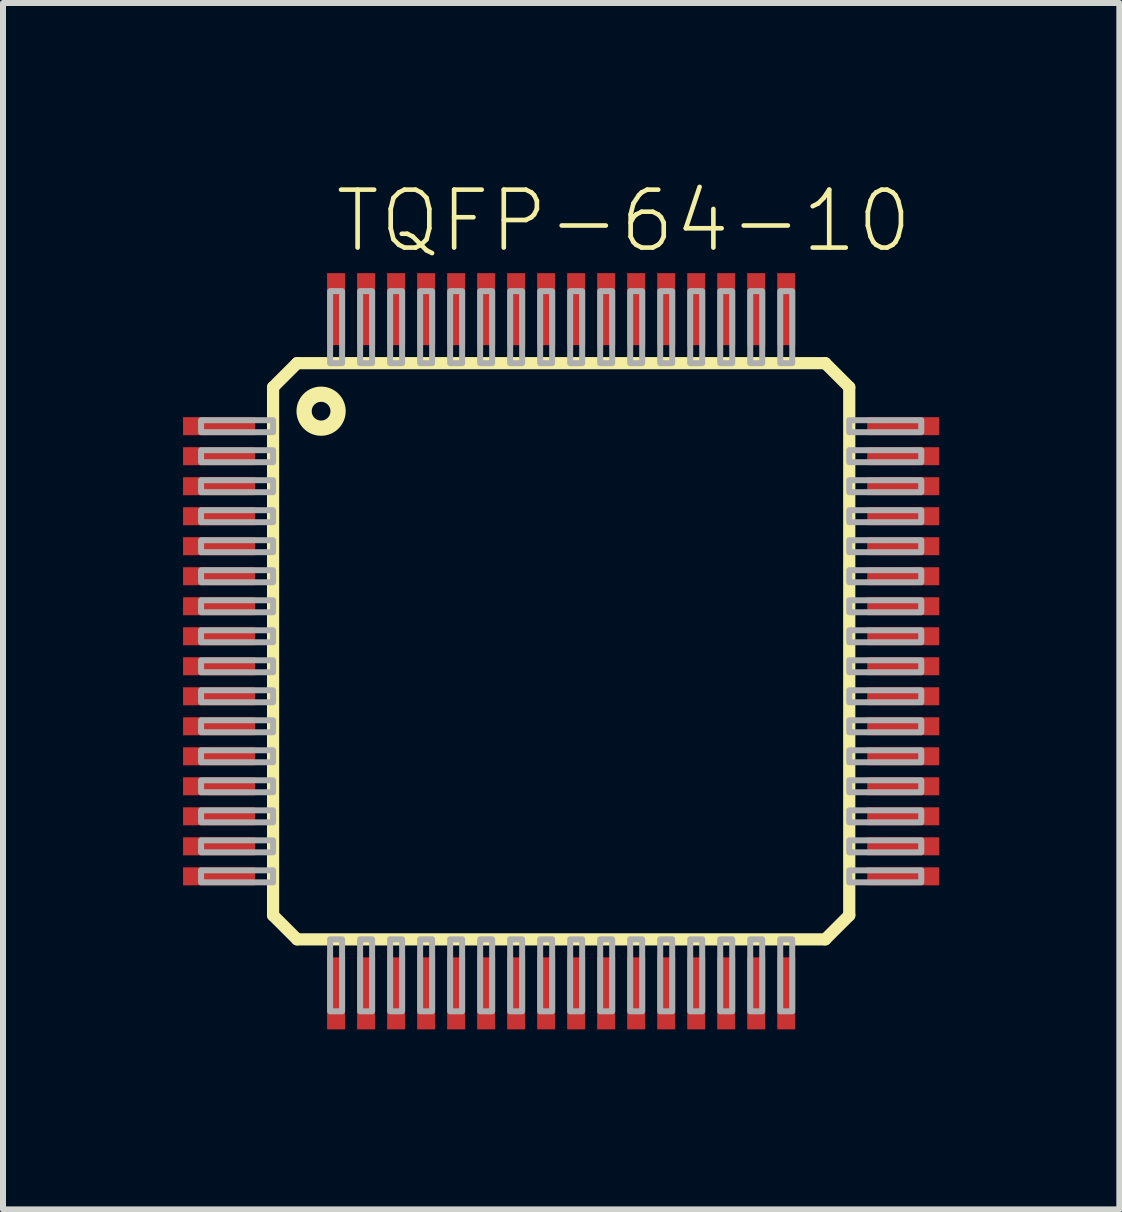
<source format=kicad_pcb>
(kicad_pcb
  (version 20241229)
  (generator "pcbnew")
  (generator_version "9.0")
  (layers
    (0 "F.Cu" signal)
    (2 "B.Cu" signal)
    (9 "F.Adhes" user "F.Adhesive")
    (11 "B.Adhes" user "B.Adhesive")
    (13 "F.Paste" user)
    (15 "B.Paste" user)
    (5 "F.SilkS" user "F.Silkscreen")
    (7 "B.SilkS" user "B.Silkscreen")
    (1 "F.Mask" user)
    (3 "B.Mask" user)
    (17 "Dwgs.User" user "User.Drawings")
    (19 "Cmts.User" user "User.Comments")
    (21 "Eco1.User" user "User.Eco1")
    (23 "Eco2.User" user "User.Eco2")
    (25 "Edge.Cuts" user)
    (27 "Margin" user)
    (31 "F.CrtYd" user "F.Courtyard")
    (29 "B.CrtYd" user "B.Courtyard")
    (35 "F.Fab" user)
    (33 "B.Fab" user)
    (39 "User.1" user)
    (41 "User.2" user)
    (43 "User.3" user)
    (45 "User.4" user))
  (footprint "TQFP-64-10"
    (layer "F.Cu")
    (at 6.3 7.801)
    (property "Reference" "TQFP-64-10" (at -3.81 -6.604 0) (layer "F.SilkS") (effects (font (size 0.965 0.965) (thickness 0.077)) (justify left bottom)))
    (attr through_hole)
    (fp_line (start -4.8 -4.4) (end -4.4 -4.8) (stroke (width 0.203) (type solid)) (layer "F.SilkS"))
    (fp_line (start -4.8 4.4) (end -4.8 -4.4) (stroke (width 0.203) (type solid)) (layer "F.SilkS"))
    (fp_line (start -4.4 -4.8) (end 4.4 -4.8) (stroke (width 0.203) (type solid)) (layer "F.SilkS"))
    (fp_line (start -4.4 4.8) (end -4.8 4.4) (stroke (width 0.203) (type solid)) (layer "F.SilkS"))
    (fp_line (start 4.4 -4.8) (end 4.8 -4.4) (stroke (width 0.203) (type solid)) (layer "F.SilkS"))
    (fp_line (start 4.4 4.8) (end -4.4 4.8) (stroke (width 0.203) (type solid)) (layer "F.SilkS"))
    (fp_line (start 4.8 -4.4) (end 4.8 4.4) (stroke (width 0.203) (type solid)) (layer "F.SilkS"))
    (fp_line (start 4.8 4.4) (end 4.4 4.8) (stroke (width 0.203) (type solid)) (layer "F.SilkS"))
    (fp_circle (center -4 -4) (end -3.717 -4) (stroke (width 0.254) (type solid)) (fill no) (layer "F.SilkS"))
    (fp_poly (pts (xy -6 -3.65) (xy -4.8 -3.65) (xy -4.8 -3.85) (xy -6 -3.85)) (stroke (width 0.1) (type solid)) (fill no) (layer "F.Fab"))
    (fp_poly (pts (xy -6 -3.15) (xy -4.8 -3.15) (xy -4.8 -3.35) (xy -6 -3.35)) (stroke (width 0.1) (type solid)) (fill no) (layer "F.Fab"))
    (fp_poly (pts (xy -6 -2.65) (xy -4.8 -2.65) (xy -4.8 -2.85) (xy -6 -2.85)) (stroke (width 0.1) (type solid)) (fill no) (layer "F.Fab"))
    (fp_poly (pts (xy -6 -2.15) (xy -4.8 -2.15) (xy -4.8 -2.35) (xy -6 -2.35)) (stroke (width 0.1) (type solid)) (fill no) (layer "F.Fab"))
    (fp_poly (pts (xy -6 -1.65) (xy -4.8 -1.65) (xy -4.8 -1.85) (xy -6 -1.85)) (stroke (width 0.1) (type solid)) (fill no) (layer "F.Fab"))
    (fp_poly (pts (xy -6 -1.15) (xy -4.8 -1.15) (xy -4.8 -1.35) (xy -6 -1.35)) (stroke (width 0.1) (type solid)) (fill no) (layer "F.Fab"))
    (fp_poly (pts (xy -6 -0.65) (xy -4.8 -0.65) (xy -4.8 -0.85) (xy -6 -0.85)) (stroke (width 0.1) (type solid)) (fill no) (layer "F.Fab"))
    (fp_poly (pts (xy -6 -0.15) (xy -4.8 -0.15) (xy -4.8 -0.35) (xy -6 -0.35)) (stroke (width 0.1) (type solid)) (fill no) (layer "F.Fab"))
    (fp_poly (pts (xy -6 0.35) (xy -4.8 0.35) (xy -4.8 0.15) (xy -6 0.15)) (stroke (width 0.1) (type solid)) (fill no) (layer "F.Fab"))
    (fp_poly (pts (xy -6 0.85) (xy -4.8 0.85) (xy -4.8 0.65) (xy -6 0.65)) (stroke (width 0.1) (type solid)) (fill no) (layer "F.Fab"))
    (fp_poly (pts (xy -6 1.35) (xy -4.8 1.35) (xy -4.8 1.15) (xy -6 1.15)) (stroke (width 0.1) (type solid)) (fill no) (layer "F.Fab"))
    (fp_poly (pts (xy -6 1.85) (xy -4.8 1.85) (xy -4.8 1.65) (xy -6 1.65)) (stroke (width 0.1) (type solid)) (fill no) (layer "F.Fab"))
    (fp_poly (pts (xy -6 2.35) (xy -4.8 2.35) (xy -4.8 2.15) (xy -6 2.15)) (stroke (width 0.1) (type solid)) (fill no) (layer "F.Fab"))
    (fp_poly (pts (xy -6 2.85) (xy -4.8 2.85) (xy -4.8 2.65) (xy -6 2.65)) (stroke (width 0.1) (type solid)) (fill no) (layer "F.Fab"))
    (fp_poly (pts (xy -6 3.35) (xy -4.8 3.35) (xy -4.8 3.15) (xy -6 3.15)) (stroke (width 0.1) (type solid)) (fill no) (layer "F.Fab"))
    (fp_poly (pts (xy -6 3.85) (xy -4.8 3.85) (xy -4.8 3.65) (xy -6 3.65)) (stroke (width 0.1) (type solid)) (fill no) (layer "F.Fab"))
    (fp_poly (pts (xy -3.85 -4.8) (xy -3.65 -4.8) (xy -3.65 -6) (xy -3.85 -6)) (stroke (width 0.1) (type solid)) (fill no) (layer "F.Fab"))
    (fp_poly (pts (xy -3.85 6) (xy -3.65 6) (xy -3.65 4.8) (xy -3.85 4.8)) (stroke (width 0.1) (type solid)) (fill no) (layer "F.Fab"))
    (fp_poly (pts (xy -3.35 -4.8) (xy -3.15 -4.8) (xy -3.15 -6) (xy -3.35 -6)) (stroke (width 0.1) (type solid)) (fill no) (layer "F.Fab"))
    (fp_poly (pts (xy -3.35 6) (xy -3.15 6) (xy -3.15 4.8) (xy -3.35 4.8)) (stroke (width 0.1) (type solid)) (fill no) (layer "F.Fab"))
    (fp_poly (pts (xy -2.85 -4.8) (xy -2.65 -4.8) (xy -2.65 -6) (xy -2.85 -6)) (stroke (width 0.1) (type solid)) (fill no) (layer "F.Fab"))
    (fp_poly (pts (xy -2.85 6) (xy -2.65 6) (xy -2.65 4.8) (xy -2.85 4.8)) (stroke (width 0.1) (type solid)) (fill no) (layer "F.Fab"))
    (fp_poly (pts (xy -2.35 -4.8) (xy -2.15 -4.8) (xy -2.15 -6) (xy -2.35 -6)) (stroke (width 0.1) (type solid)) (fill no) (layer "F.Fab"))
    (fp_poly (pts (xy -2.35 6) (xy -2.15 6) (xy -2.15 4.8) (xy -2.35 4.8)) (stroke (width 0.1) (type solid)) (fill no) (layer "F.Fab"))
    (fp_poly (pts (xy -1.85 -4.8) (xy -1.65 -4.8) (xy -1.65 -6) (xy -1.85 -6)) (stroke (width 0.1) (type solid)) (fill no) (layer "F.Fab"))
    (fp_poly (pts (xy -1.85 6) (xy -1.65 6) (xy -1.65 4.8) (xy -1.85 4.8)) (stroke (width 0.1) (type solid)) (fill no) (layer "F.Fab"))
    (fp_poly (pts (xy -1.35 -4.8) (xy -1.15 -4.8) (xy -1.15 -6) (xy -1.35 -6)) (stroke (width 0.1) (type solid)) (fill no) (layer "F.Fab"))
    (fp_poly (pts (xy -1.35 6) (xy -1.15 6) (xy -1.15 4.8) (xy -1.35 4.8)) (stroke (width 0.1) (type solid)) (fill no) (layer "F.Fab"))
    (fp_poly (pts (xy -0.85 -4.8) (xy -0.65 -4.8) (xy -0.65 -6) (xy -0.85 -6)) (stroke (width 0.1) (type solid)) (fill no) (layer "F.Fab"))
    (fp_poly (pts (xy -0.85 6) (xy -0.65 6) (xy -0.65 4.8) (xy -0.85 4.8)) (stroke (width 0.1) (type solid)) (fill no) (layer "F.Fab"))
    (fp_poly (pts (xy -0.35 -4.8) (xy -0.15 -4.8) (xy -0.15 -6) (xy -0.35 -6)) (stroke (width 0.1) (type solid)) (fill no) (layer "F.Fab"))
    (fp_poly (pts (xy -0.35 6) (xy -0.15 6) (xy -0.15 4.8) (xy -0.35 4.8)) (stroke (width 0.1) (type solid)) (fill no) (layer "F.Fab"))
    (fp_poly (pts (xy 0.15 -4.8) (xy 0.35 -4.8) (xy 0.35 -6) (xy 0.15 -6)) (stroke (width 0.1) (type solid)) (fill no) (layer "F.Fab"))
    (fp_poly (pts (xy 0.15 6) (xy 0.35 6) (xy 0.35 4.8) (xy 0.15 4.8)) (stroke (width 0.1) (type solid)) (fill no) (layer "F.Fab"))
    (fp_poly (pts (xy 0.65 -4.8) (xy 0.85 -4.8) (xy 0.85 -6) (xy 0.65 -6)) (stroke (width 0.1) (type solid)) (fill no) (layer "F.Fab"))
    (fp_poly (pts (xy 0.65 6) (xy 0.85 6) (xy 0.85 4.8) (xy 0.65 4.8)) (stroke (width 0.1) (type solid)) (fill no) (layer "F.Fab"))
    (fp_poly (pts (xy 1.15 -4.8) (xy 1.35 -4.8) (xy 1.35 -6) (xy 1.15 -6)) (stroke (width 0.1) (type solid)) (fill no) (layer "F.Fab"))
    (fp_poly (pts (xy 1.15 6) (xy 1.35 6) (xy 1.35 4.8) (xy 1.15 4.8)) (stroke (width 0.1) (type solid)) (fill no) (layer "F.Fab"))
    (fp_poly (pts (xy 1.65 -4.8) (xy 1.85 -4.8) (xy 1.85 -6) (xy 1.65 -6)) (stroke (width 0.1) (type solid)) (fill no) (layer "F.Fab"))
    (fp_poly (pts (xy 1.65 6) (xy 1.85 6) (xy 1.85 4.8) (xy 1.65 4.8)) (stroke (width 0.1) (type solid)) (fill no) (layer "F.Fab"))
    (fp_poly (pts (xy 2.15 -4.8) (xy 2.35 -4.8) (xy 2.35 -6) (xy 2.15 -6)) (stroke (width 0.1) (type solid)) (fill no) (layer "F.Fab"))
    (fp_poly (pts (xy 2.15 6) (xy 2.35 6) (xy 2.35 4.8) (xy 2.15 4.8)) (stroke (width 0.1) (type solid)) (fill no) (layer "F.Fab"))
    (fp_poly (pts (xy 2.65 -4.8) (xy 2.85 -4.8) (xy 2.85 -6) (xy 2.65 -6)) (stroke (width 0.1) (type solid)) (fill no) (layer "F.Fab"))
    (fp_poly (pts (xy 2.65 6) (xy 2.85 6) (xy 2.85 4.8) (xy 2.65 4.8)) (stroke (width 0.1) (type solid)) (fill no) (layer "F.Fab"))
    (fp_poly (pts (xy 3.15 -4.8) (xy 3.35 -4.8) (xy 3.35 -6) (xy 3.15 -6)) (stroke (width 0.1) (type solid)) (fill no) (layer "F.Fab"))
    (fp_poly (pts (xy 3.15 6) (xy 3.35 6) (xy 3.35 4.8) (xy 3.15 4.8)) (stroke (width 0.1) (type solid)) (fill no) (layer "F.Fab"))
    (fp_poly (pts (xy 3.65 -4.8) (xy 3.85 -4.8) (xy 3.85 -6) (xy 3.65 -6)) (stroke (width 0.1) (type solid)) (fill no) (layer "F.Fab"))
    (fp_poly (pts (xy 3.65 6) (xy 3.85 6) (xy 3.85 4.8) (xy 3.65 4.8)) (stroke (width 0.1) (type solid)) (fill no) (layer "F.Fab"))
    (fp_poly (pts (xy 4.8 -3.65) (xy 6 -3.65) (xy 6 -3.85) (xy 4.8 -3.85)) (stroke (width 0.1) (type solid)) (fill no) (layer "F.Fab"))
    (fp_poly (pts (xy 4.8 -3.15) (xy 6 -3.15) (xy 6 -3.35) (xy 4.8 -3.35)) (stroke (width 0.1) (type solid)) (fill no) (layer "F.Fab"))
    (fp_poly (pts (xy 4.8 -2.65) (xy 6 -2.65) (xy 6 -2.85) (xy 4.8 -2.85)) (stroke (width 0.1) (type solid)) (fill no) (layer "F.Fab"))
    (fp_poly (pts (xy 4.8 -2.15) (xy 6 -2.15) (xy 6 -2.35) (xy 4.8 -2.35)) (stroke (width 0.1) (type solid)) (fill no) (layer "F.Fab"))
    (fp_poly (pts (xy 4.8 -1.65) (xy 6 -1.65) (xy 6 -1.85) (xy 4.8 -1.85)) (stroke (width 0.1) (type solid)) (fill no) (layer "F.Fab"))
    (fp_poly (pts (xy 4.8 -1.15) (xy 6 -1.15) (xy 6 -1.35) (xy 4.8 -1.35)) (stroke (width 0.1) (type solid)) (fill no) (layer "F.Fab"))
    (fp_poly (pts (xy 4.8 -0.65) (xy 6 -0.65) (xy 6 -0.85) (xy 4.8 -0.85)) (stroke (width 0.1) (type solid)) (fill no) (layer "F.Fab"))
    (fp_poly (pts (xy 4.8 -0.15) (xy 6 -0.15) (xy 6 -0.35) (xy 4.8 -0.35)) (stroke (width 0.1) (type solid)) (fill no) (layer "F.Fab"))
    (fp_poly (pts (xy 4.8 0.35) (xy 6 0.35) (xy 6 0.15) (xy 4.8 0.15)) (stroke (width 0.1) (type solid)) (fill no) (layer "F.Fab"))
    (fp_poly (pts (xy 4.8 0.85) (xy 6 0.85) (xy 6 0.65) (xy 4.8 0.65)) (stroke (width 0.1) (type solid)) (fill no) (layer "F.Fab"))
    (fp_poly (pts (xy 4.8 1.35) (xy 6 1.35) (xy 6 1.15) (xy 4.8 1.15)) (stroke (width 0.1) (type solid)) (fill no) (layer "F.Fab"))
    (fp_poly (pts (xy 4.8 1.85) (xy 6 1.85) (xy 6 1.65) (xy 4.8 1.65)) (stroke (width 0.1) (type solid)) (fill no) (layer "F.Fab"))
    (fp_poly (pts (xy 4.8 2.35) (xy 6 2.35) (xy 6 2.15) (xy 4.8 2.15)) (stroke (width 0.1) (type solid)) (fill no) (layer "F.Fab"))
    (fp_poly (pts (xy 4.8 2.85) (xy 6 2.85) (xy 6 2.65) (xy 4.8 2.65)) (stroke (width 0.1) (type solid)) (fill no) (layer "F.Fab"))
    (fp_poly (pts (xy 4.8 3.35) (xy 6 3.35) (xy 6 3.15) (xy 4.8 3.15)) (stroke (width 0.1) (type solid)) (fill no) (layer "F.Fab"))
    (fp_poly (pts (xy 4.8 3.85) (xy 6 3.85) (xy 6 3.65) (xy 4.8 3.65)) (stroke (width 0.1) (type solid)) (fill no) (layer "F.Fab"))
    (pad "1" smd rect (at -5.7 -3.75) (size 1.2 0.3) (layers "F.Cu" "F.Mask" "F.Paste"))
    (pad "2" smd rect (at -5.7 -3.25) (size 1.2 0.3) (layers "F.Cu" "F.Mask" "F.Paste"))
    (pad "3" smd rect (at -5.7 -2.75) (size 1.2 0.3) (layers "F.Cu" "F.Mask" "F.Paste"))
    (pad "4" smd rect (at -5.7 -2.25) (size 1.2 0.3) (layers "F.Cu" "F.Mask" "F.Paste"))
    (pad "5" smd rect (at -5.7 -1.75) (size 1.2 0.3) (layers "F.Cu" "F.Mask" "F.Paste"))
    (pad "6" smd rect (at -5.7 -1.25) (size 1.2 0.3) (layers "F.Cu" "F.Mask" "F.Paste"))
    (pad "7" smd rect (at -5.7 -0.75) (size 1.2 0.3) (layers "F.Cu" "F.Mask" "F.Paste"))
    (pad "8" smd rect (at -5.7 -0.25) (size 1.2 0.3) (layers "F.Cu" "F.Mask" "F.Paste"))
    (pad "9" smd rect (at -5.7 0.25) (size 1.2 0.3) (layers "F.Cu" "F.Mask" "F.Paste"))
    (pad "10" smd rect (at -5.7 0.75) (size 1.2 0.3) (layers "F.Cu" "F.Mask" "F.Paste"))
    (pad "11" smd rect (at -5.7 1.25) (size 1.2 0.3) (layers "F.Cu" "F.Mask" "F.Paste"))
    (pad "12" smd rect (at -5.7 1.75) (size 1.2 0.3) (layers "F.Cu" "F.Mask" "F.Paste"))
    (pad "13" smd rect (at -5.7 2.25) (size 1.2 0.3) (layers "F.Cu" "F.Mask" "F.Paste"))
    (pad "14" smd rect (at -5.7 2.75) (size 1.2 0.3) (layers "F.Cu" "F.Mask" "F.Paste"))
    (pad "15" smd rect (at -5.7 3.25) (size 1.2 0.3) (layers "F.Cu" "F.Mask" "F.Paste"))
    (pad "16" smd rect (at -5.7 3.75) (size 1.2 0.3) (layers "F.Cu" "F.Mask" "F.Paste"))
    (pad "17" smd rect (at -3.75 5.7) (size 0.3 1.2) (layers "F.Cu" "F.Mask" "F.Paste"))
    (pad "18" smd rect (at -3.25 5.7) (size 0.3 1.2) (layers "F.Cu" "F.Mask" "F.Paste"))
    (pad "19" smd rect (at -2.75 5.7) (size 0.3 1.2) (layers "F.Cu" "F.Mask" "F.Paste"))
    (pad "20" smd rect (at -2.25 5.7) (size 0.3 1.2) (layers "F.Cu" "F.Mask" "F.Paste"))
    (pad "21" smd rect (at -1.75 5.7) (size 0.3 1.2) (layers "F.Cu" "F.Mask" "F.Paste"))
    (pad "22" smd rect (at -1.25 5.7) (size 0.3 1.2) (layers "F.Cu" "F.Mask" "F.Paste"))
    (pad "23" smd rect (at -0.75 5.7) (size 0.3 1.2) (layers "F.Cu" "F.Mask" "F.Paste"))
    (pad "24" smd rect (at -0.25 5.7) (size 0.3 1.2) (layers "F.Cu" "F.Mask" "F.Paste"))
    (pad "25" smd rect (at 0.25 5.7) (size 0.3 1.2) (layers "F.Cu" "F.Mask" "F.Paste"))
    (pad "26" smd rect (at 0.75 5.7) (size 0.3 1.2) (layers "F.Cu" "F.Mask" "F.Paste"))
    (pad "27" smd rect (at 1.25 5.7) (size 0.3 1.2) (layers "F.Cu" "F.Mask" "F.Paste"))
    (pad "28" smd rect (at 1.75 5.7) (size 0.3 1.2) (layers "F.Cu" "F.Mask" "F.Paste"))
    (pad "29" smd rect (at 2.25 5.7) (size 0.3 1.2) (layers "F.Cu" "F.Mask" "F.Paste"))
    (pad "30" smd rect (at 2.75 5.7) (size 0.3 1.2) (layers "F.Cu" "F.Mask" "F.Paste"))
    (pad "31" smd rect (at 3.25 5.7) (size 0.3 1.2) (layers "F.Cu" "F.Mask" "F.Paste"))
    (pad "32" smd rect (at 3.75 5.7) (size 0.3 1.2) (layers "F.Cu" "F.Mask" "F.Paste"))
    (pad "33" smd rect (at 5.7 3.75) (size 1.2 0.3) (layers "F.Cu" "F.Mask" "F.Paste"))
    (pad "34" smd rect (at 5.7 3.25) (size 1.2 0.3) (layers "F.Cu" "F.Mask" "F.Paste"))
    (pad "35" smd rect (at 5.7 2.75) (size 1.2 0.3) (layers "F.Cu" "F.Mask" "F.Paste"))
    (pad "36" smd rect (at 5.7 2.25) (size 1.2 0.3) (layers "F.Cu" "F.Mask" "F.Paste"))
    (pad "37" smd rect (at 5.7 1.75) (size 1.2 0.3) (layers "F.Cu" "F.Mask" "F.Paste"))
    (pad "38" smd rect (at 5.7 1.25) (size 1.2 0.3) (layers "F.Cu" "F.Mask" "F.Paste"))
    (pad "39" smd rect (at 5.7 0.75) (size 1.2 0.3) (layers "F.Cu" "F.Mask" "F.Paste"))
    (pad "40" smd rect (at 5.7 0.25) (size 1.2 0.3) (layers "F.Cu" "F.Mask" "F.Paste"))
    (pad "41" smd rect (at 5.7 -0.25) (size 1.2 0.3) (layers "F.Cu" "F.Mask" "F.Paste"))
    (pad "42" smd rect (at 5.7 -0.75) (size 1.2 0.3) (layers "F.Cu" "F.Mask" "F.Paste"))
    (pad "43" smd rect (at 5.7 -1.25) (size 1.2 0.3) (layers "F.Cu" "F.Mask" "F.Paste"))
    (pad "44" smd rect (at 5.7 -1.75) (size 1.2 0.3) (layers "F.Cu" "F.Mask" "F.Paste"))
    (pad "45" smd rect (at 5.7 -2.25) (size 1.2 0.3) (layers "F.Cu" "F.Mask" "F.Paste"))
    (pad "46" smd rect (at 5.7 -2.75) (size 1.2 0.3) (layers "F.Cu" "F.Mask" "F.Paste"))
    (pad "47" smd rect (at 5.7 -3.25) (size 1.2 0.3) (layers "F.Cu" "F.Mask" "F.Paste"))
    (pad "48" smd rect (at 5.7 -3.75) (size 1.2 0.3) (layers "F.Cu" "F.Mask" "F.Paste"))
    (pad "49" smd rect (at 3.75 -5.7) (size 0.3 1.2) (layers "F.Cu" "F.Mask" "F.Paste"))
    (pad "50" smd rect (at 3.25 -5.7) (size 0.3 1.2) (layers "F.Cu" "F.Mask" "F.Paste"))
    (pad "51" smd rect (at 2.75 -5.7) (size 0.3 1.2) (layers "F.Cu" "F.Mask" "F.Paste"))
    (pad "52" smd rect (at 2.25 -5.7) (size 0.3 1.2) (layers "F.Cu" "F.Mask" "F.Paste"))
    (pad "53" smd rect (at 1.75 -5.7) (size 0.3 1.2) (layers "F.Cu" "F.Mask" "F.Paste"))
    (pad "54" smd rect (at 1.25 -5.7) (size 0.3 1.2) (layers "F.Cu" "F.Mask" "F.Paste"))
    (pad "55" smd rect (at 0.75 -5.7) (size 0.3 1.2) (layers "F.Cu" "F.Mask" "F.Paste"))
    (pad "56" smd rect (at 0.25 -5.7) (size 0.3 1.2) (layers "F.Cu" "F.Mask" "F.Paste"))
    (pad "57" smd rect (at -0.25 -5.7) (size 0.3 1.2) (layers "F.Cu" "F.Mask" "F.Paste"))
    (pad "58" smd rect (at -0.75 -5.7) (size 0.3 1.2) (layers "F.Cu" "F.Mask" "F.Paste"))
    (pad "59" smd rect (at -1.25 -5.7) (size 0.3 1.2) (layers "F.Cu" "F.Mask" "F.Paste"))
    (pad "60" smd rect (at -1.75 -5.7) (size 0.3 1.2) (layers "F.Cu" "F.Mask" "F.Paste"))
    (pad "61" smd rect (at -2.25 -5.7) (size 0.3 1.2) (layers "F.Cu" "F.Mask" "F.Paste"))
    (pad "62" smd rect (at -2.75 -5.7) (size 0.3 1.2) (layers "F.Cu" "F.Mask" "F.Paste"))
    (pad "63" smd rect (at -3.25 -5.7) (size 0.3 1.2) (layers "F.Cu" "F.Mask" "F.Paste"))
    (pad "64" smd rect (at -3.75 -5.7) (size 0.3 1.2) (layers "F.Cu" "F.Mask" "F.Paste")))
  (gr_rect
    (start -3 -3)
    (end 15.6 17.101)
    (stroke (width 0.1) (type default))
    (fill no)
    (layer "Edge.Cuts")))
</source>
